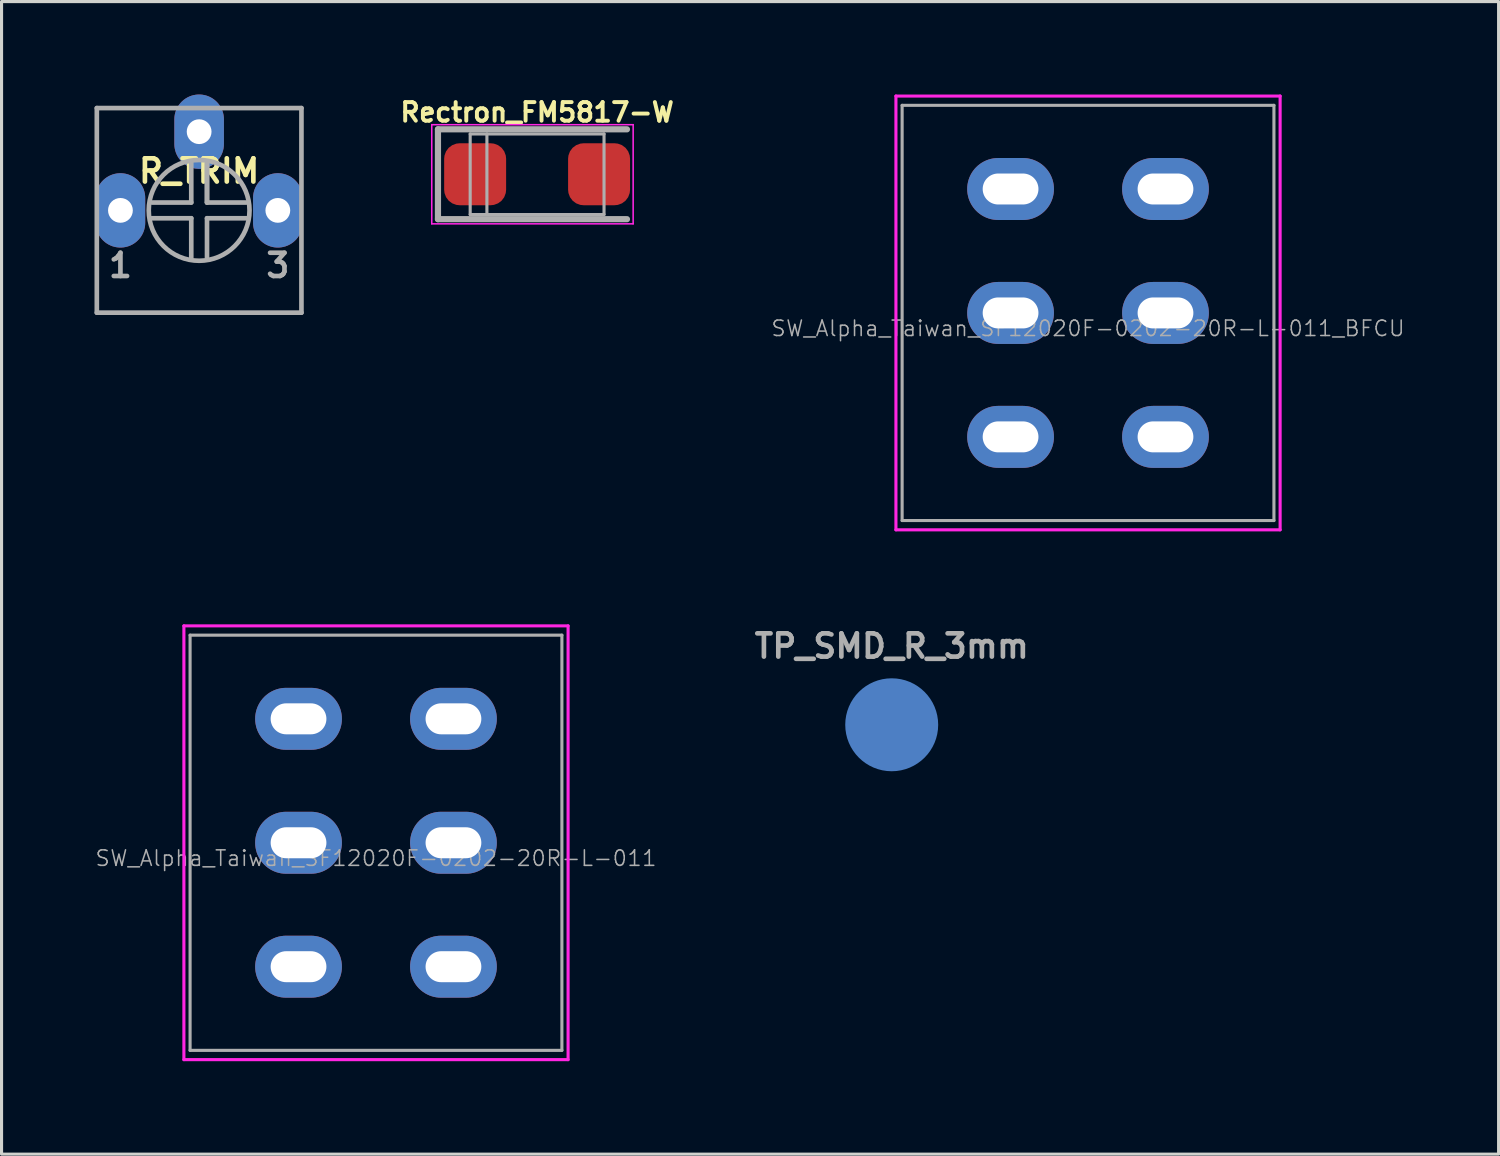
<source format=kicad_pcb>
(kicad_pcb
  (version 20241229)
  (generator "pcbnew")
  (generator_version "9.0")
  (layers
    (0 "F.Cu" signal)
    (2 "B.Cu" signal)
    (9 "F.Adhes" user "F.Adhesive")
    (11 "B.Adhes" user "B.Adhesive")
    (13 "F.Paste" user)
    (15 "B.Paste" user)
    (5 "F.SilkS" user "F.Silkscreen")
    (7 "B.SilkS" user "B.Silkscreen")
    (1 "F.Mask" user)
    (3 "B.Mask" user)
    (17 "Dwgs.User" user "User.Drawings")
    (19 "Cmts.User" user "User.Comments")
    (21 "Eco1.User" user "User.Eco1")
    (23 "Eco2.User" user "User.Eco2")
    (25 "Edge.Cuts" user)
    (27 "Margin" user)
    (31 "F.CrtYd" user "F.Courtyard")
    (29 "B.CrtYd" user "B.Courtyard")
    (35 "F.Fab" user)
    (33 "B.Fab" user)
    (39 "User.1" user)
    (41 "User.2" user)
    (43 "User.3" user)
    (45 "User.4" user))
  (footprint "SW_Alpha_Taiwan_SF12020F-0202-20R-L-011_BFCU"
    (layer "F.Cu")
    (at 32.066 7.05)
    (property "Reference" "SW_Alpha_Taiwan_SF12020F-0202-20R-L-011_BFCU" (at 0 0.5 0) (layer "F.Fab") (effects (font (size 0.5 0.5) (thickness 0.05))))
    (attr through_hole)
    (fp_line (start -6.2 -7) (end 6.2 -7) (stroke (width 0.1) (type solid)) (layer "F.CrtYd"))
    (fp_line (start -6.2 7) (end -6.2 -7) (stroke (width 0.1) (type solid)) (layer "F.CrtYd"))
    (fp_line (start 6.2 -7) (end 6.2 7) (stroke (width 0.1) (type solid)) (layer "F.CrtYd"))
    (fp_line (start 6.2 7) (end -6.2 7) (stroke (width 0.1) (type solid)) (layer "F.CrtYd"))
    (fp_line (start -6 -6.7) (end -6 6.7) (stroke (width 0.1) (type solid)) (layer "F.Fab"))
    (fp_line (start -6 6.7) (end 6 6.7) (stroke (width 0.1) (type solid)) (layer "F.Fab"))
    (fp_line (start 6 -6.7) (end -6 -6.7) (stroke (width 0.1) (type solid)) (layer "F.Fab"))
    (fp_line (start 6 6.7) (end 6 -6.7) (stroke (width 0.1) (type solid)) (layer "F.Fab"))
    (pad "" connect oval (at 2.5 4) (size 1.8 1) (layers "F.Mask"))
    (pad "1" thru_hole oval (at -2.5 -4) (size 2.8 2) (drill oval 1.8 1) (layers "*.Cu" "*.Mask"))
    (pad "2" thru_hole oval (at -2.5 0) (size 2.8 2) (drill oval 1.8 1) (layers "*.Cu" "*.Mask"))
    (pad "3" thru_hole oval (at -2.5 4) (size 2.8 2) (drill oval 1.8 1) (layers "*.Cu" "*.Mask"))
    (pad "4" thru_hole oval (at 2.5 -4) (size 2.8 2) (drill oval 1.8 1) (layers "*.Cu" "*.Mask"))
    (pad "5" thru_hole oval (at 2.5 0) (size 2.8 2) (drill oval 1.8 1) (layers "*.Cu" "*.Mask"))
    (pad "6" thru_hole oval (at 2.5 4) (size 2.8 2) (drill oval 1.8 1) (layers "*.Cu" "*.Mask")))
  (footprint "Rectron_FM5817-W"
    (layer "F.Cu")
    (at 14.285 2.574)
    (property "Reference" "Rectron_FM5817-W" (at 0 -2 0) (layer "F.SilkS") (effects (font (size 0.6 0.6) (thickness 0.127))))
    (attr smd)
    (fp_line (start -3.4 -1.6) (end 3.1 -1.6) (stroke (width 0.05) (type solid)) (layer "F.CrtYd"))
    (fp_line (start -3.4 1.6) (end -3.4 -1.6) (stroke (width 0.05) (type solid)) (layer "F.CrtYd"))
    (fp_line (start 3.1 -1.6) (end 3.1 1.6) (stroke (width 0.05) (type solid)) (layer "F.CrtYd"))
    (fp_line (start 3.1 1.6) (end -3.4 1.6) (stroke (width 0.05) (type solid)) (layer "F.CrtYd"))
    (fp_line (start -3.2 -1.45) (end -3.2 1.45) (stroke (width 0.2) (type solid)) (layer "F.Fab"))
    (fp_line (start -3.2 -1.45) (end 2.9 -1.45) (stroke (width 0.2) (type solid)) (layer "F.Fab"))
    (fp_line (start -3.2 1.45) (end 2.9 1.45) (stroke (width 0.2) (type solid)) (layer "F.Fab"))
    (fp_line (start -2.16 1.3) (end -2.16 -1.3) (stroke (width 0.1) (type solid)) (layer "F.Fab"))
    (fp_line (start -1.62 -1.3) (end -1.62 1.3) (stroke (width 0.1) (type solid)) (layer "F.Fab"))
    (fp_line (start 2.16 -1.3) (end -2.16 -1.3) (stroke (width 0.1) (type solid)) (layer "F.Fab"))
    (fp_line (start 2.16 -1.3) (end 2.16 1.3) (stroke (width 0.1) (type solid)) (layer "F.Fab"))
    (fp_line (start 2.16 1.3) (end -2.16 1.3) (stroke (width 0.1) (type solid)) (layer "F.Fab"))
    (pad "1" smd roundrect (at 2 0) (size 2 2) (layers "F.Cu" "F.Mask" "F.Paste") (roundrect_rratio 0.25))
    (pad "2" smd roundrect (at -2 0) (size 2 2) (layers "F.Cu" "F.Mask" "F.Paste") (roundrect_rratio 0.25)))
  (footprint "TP_SMD_R_3mm"
    (layer "F.Cu")
    (at 25.73 20.342)
    (property "Reference" "TP_SMD_R_3mm" (at 0 -2.54 180) (layer "F.Fab") (effects (font (size 0.75 0.75) (thickness 0.15))))
    (attr through_hole)
    (pad "1" smd circle (at 0 0) (size 3 3) (layers "B.Cu" "B.Mask")))
  (footprint "R_TRIM"
    (layer "F.Cu")
    (at 3.377 3.74)
    (property "Reference" "R_TRIM" (at 0 -1.27 0) (layer "F.SilkS") (effects (font (size 0.75 0.75) (thickness 0.15))))
    (attr through_hole)
    (fp_line (start -3.302 -3.302) (end -3.302 3.302) (stroke (width 0.15) (type solid)) (layer "F.Fab"))
    (fp_line (start -3.302 3.302) (end 3.302 3.302) (stroke (width 0.15) (type solid)) (layer "F.Fab"))
    (fp_line (start -0.254 -0.254) (end -1.524 -0.254) (stroke (width 0.15) (type solid)) (layer "F.Fab"))
    (fp_line (start -0.254 -0.254) (end -0.254 -1.524) (stroke (width 0.15) (type solid)) (layer "F.Fab"))
    (fp_line (start -0.254 0.254) (end -1.524 0.254) (stroke (width 0.15) (type solid)) (layer "F.Fab"))
    (fp_line (start -0.254 1.524) (end -0.254 0.254) (stroke (width 0.15) (type solid)) (layer "F.Fab"))
    (fp_line (start 0.254 -1.524) (end 0.254 -0.254) (stroke (width 0.15) (type solid)) (layer "F.Fab"))
    (fp_line (start 0.254 -0.254) (end 0.254 -1.524) (stroke (width 0.15) (type solid)) (layer "F.Fab"))
    (fp_line (start 0.254 -0.254) (end 1.524 -0.254) (stroke (width 0.15) (type solid)) (layer "F.Fab"))
    (fp_line (start 0.254 0.254) (end 0.254 1.524) (stroke (width 0.15) (type solid)) (layer "F.Fab"))
    (fp_line (start 1.524 0.254) (end 0.254 0.254) (stroke (width 0.15) (type solid)) (layer "F.Fab"))
    (fp_line (start 3.302 -3.302) (end -3.302 -3.302) (stroke (width 0.15) (type solid)) (layer "F.Fab"))
    (fp_line (start 3.302 3.302) (end 3.302 -3.302) (stroke (width 0.15) (type solid)) (layer "F.Fab"))
    (fp_circle (center 0 0) (end 1.27 1.016) (stroke (width 0.15) (type solid)) (fill no) (layer "F.Fab"))
    (fp_text user "1" (at -2.54 1.778 0) (layer "F.Fab") (effects (font (size 0.75 0.75) (thickness 0.15))))
    (fp_text user "3" (at 2.54 1.778 0) (layer "F.Fab") (effects (font (size 0.75 0.75) (thickness 0.15))))
    (pad "" connect circle (at -2.54 0) (size 0.8 0.8) (layers "F.Mask"))
    (pad "" connect circle (at 0 -2.54) (size 0.8 0.8) (layers "F.Mask"))
    (pad "" connect circle (at 2.54 0) (size 0.8 0.8) (layers "F.Mask"))
    (pad "1" thru_hole oval (at -2.54 0) (size 1.6 2.4) (drill 0.8) (layers "B.Cu" "B.Mask"))
    (pad "2" thru_hole oval (at 0 -2.54) (size 1.6 2.4) (drill 0.8) (layers "B.Cu" "B.Mask"))
    (pad "3" thru_hole oval (at 2.54 0) (size 1.6 2.4) (drill 0.8) (layers "B.Cu" "B.Mask")))
  (footprint "SW_Alpha_Taiwan_SF12020F-0202-20R-L-011"
    (layer "F.Cu")
    (at 9.085 24.15)
    (property "Reference" "SW_Alpha_Taiwan_SF12020F-0202-20R-L-011" (at 0 0.5 0) (layer "F.Fab") (effects (font (size 0.5 0.5) (thickness 0.05))))
    (attr through_hole)
    (fp_line (start -6.2 -7) (end 6.2 -7) (stroke (width 0.1) (type solid)) (layer "F.CrtYd"))
    (fp_line (start -6.2 7) (end -6.2 -7) (stroke (width 0.1) (type solid)) (layer "F.CrtYd"))
    (fp_line (start 6.2 -7) (end 6.2 7) (stroke (width 0.1) (type solid)) (layer "F.CrtYd"))
    (fp_line (start 6.2 7) (end -6.2 7) (stroke (width 0.1) (type solid)) (layer "F.CrtYd"))
    (fp_line (start -6 -6.7) (end -6 6.7) (stroke (width 0.1) (type solid)) (layer "F.Fab"))
    (fp_line (start -6 6.7) (end 6 6.7) (stroke (width 0.1) (type solid)) (layer "F.Fab"))
    (fp_line (start 6 -6.7) (end -6 -6.7) (stroke (width 0.1) (type solid)) (layer "F.Fab"))
    (fp_line (start 6 6.7) (end 6 -6.7) (stroke (width 0.1) (type solid)) (layer "F.Fab"))
    (pad "" connect oval (at -2.5 -4) (size 1.8 1) (layers "F.Mask"))
    (pad "" connect oval (at -2.5 0) (size 1.8 1) (layers "F.Mask"))
    (pad "" connect oval (at -2.5 4) (size 1.8 1) (layers "F.Mask"))
    (pad "" connect oval (at 2.5 -4) (size 1.8 1) (layers "F.Mask"))
    (pad "" connect oval (at 2.5 0) (size 1.8 1) (layers "F.Mask"))
    (pad "" connect oval (at 2.5 4) (size 1.8 1) (layers "F.Mask"))
    (pad "1" thru_hole oval (at -2.5 -4) (size 2.8 2) (drill oval 1.8 1) (layers "B.Cu" "B.Mask"))
    (pad "2" thru_hole oval (at -2.5 0) (size 2.8 2) (drill oval 1.8 1) (layers "B.Cu" "B.Mask"))
    (pad "3" thru_hole oval (at -2.5 4) (size 2.8 2) (drill oval 1.8 1) (layers "B.Cu" "B.Mask"))
    (pad "4" thru_hole oval (at 2.5 -4) (size 2.8 2) (drill oval 1.8 1) (layers "B.Cu" "B.Mask"))
    (pad "5" thru_hole oval (at 2.5 0) (size 2.8 2) (drill oval 1.8 1) (layers "B.Cu" "B.Mask"))
    (pad "6" thru_hole oval (at 2.5 4) (size 2.8 2) (drill oval 1.8 1) (layers "B.Cu" "B.Mask")))
  (gr_rect
    (start -3 -3)
    (end 45.317 34.2)
    (stroke (width 0.1) (type default))
    (fill no)
    (layer "Edge.Cuts")))
</source>
